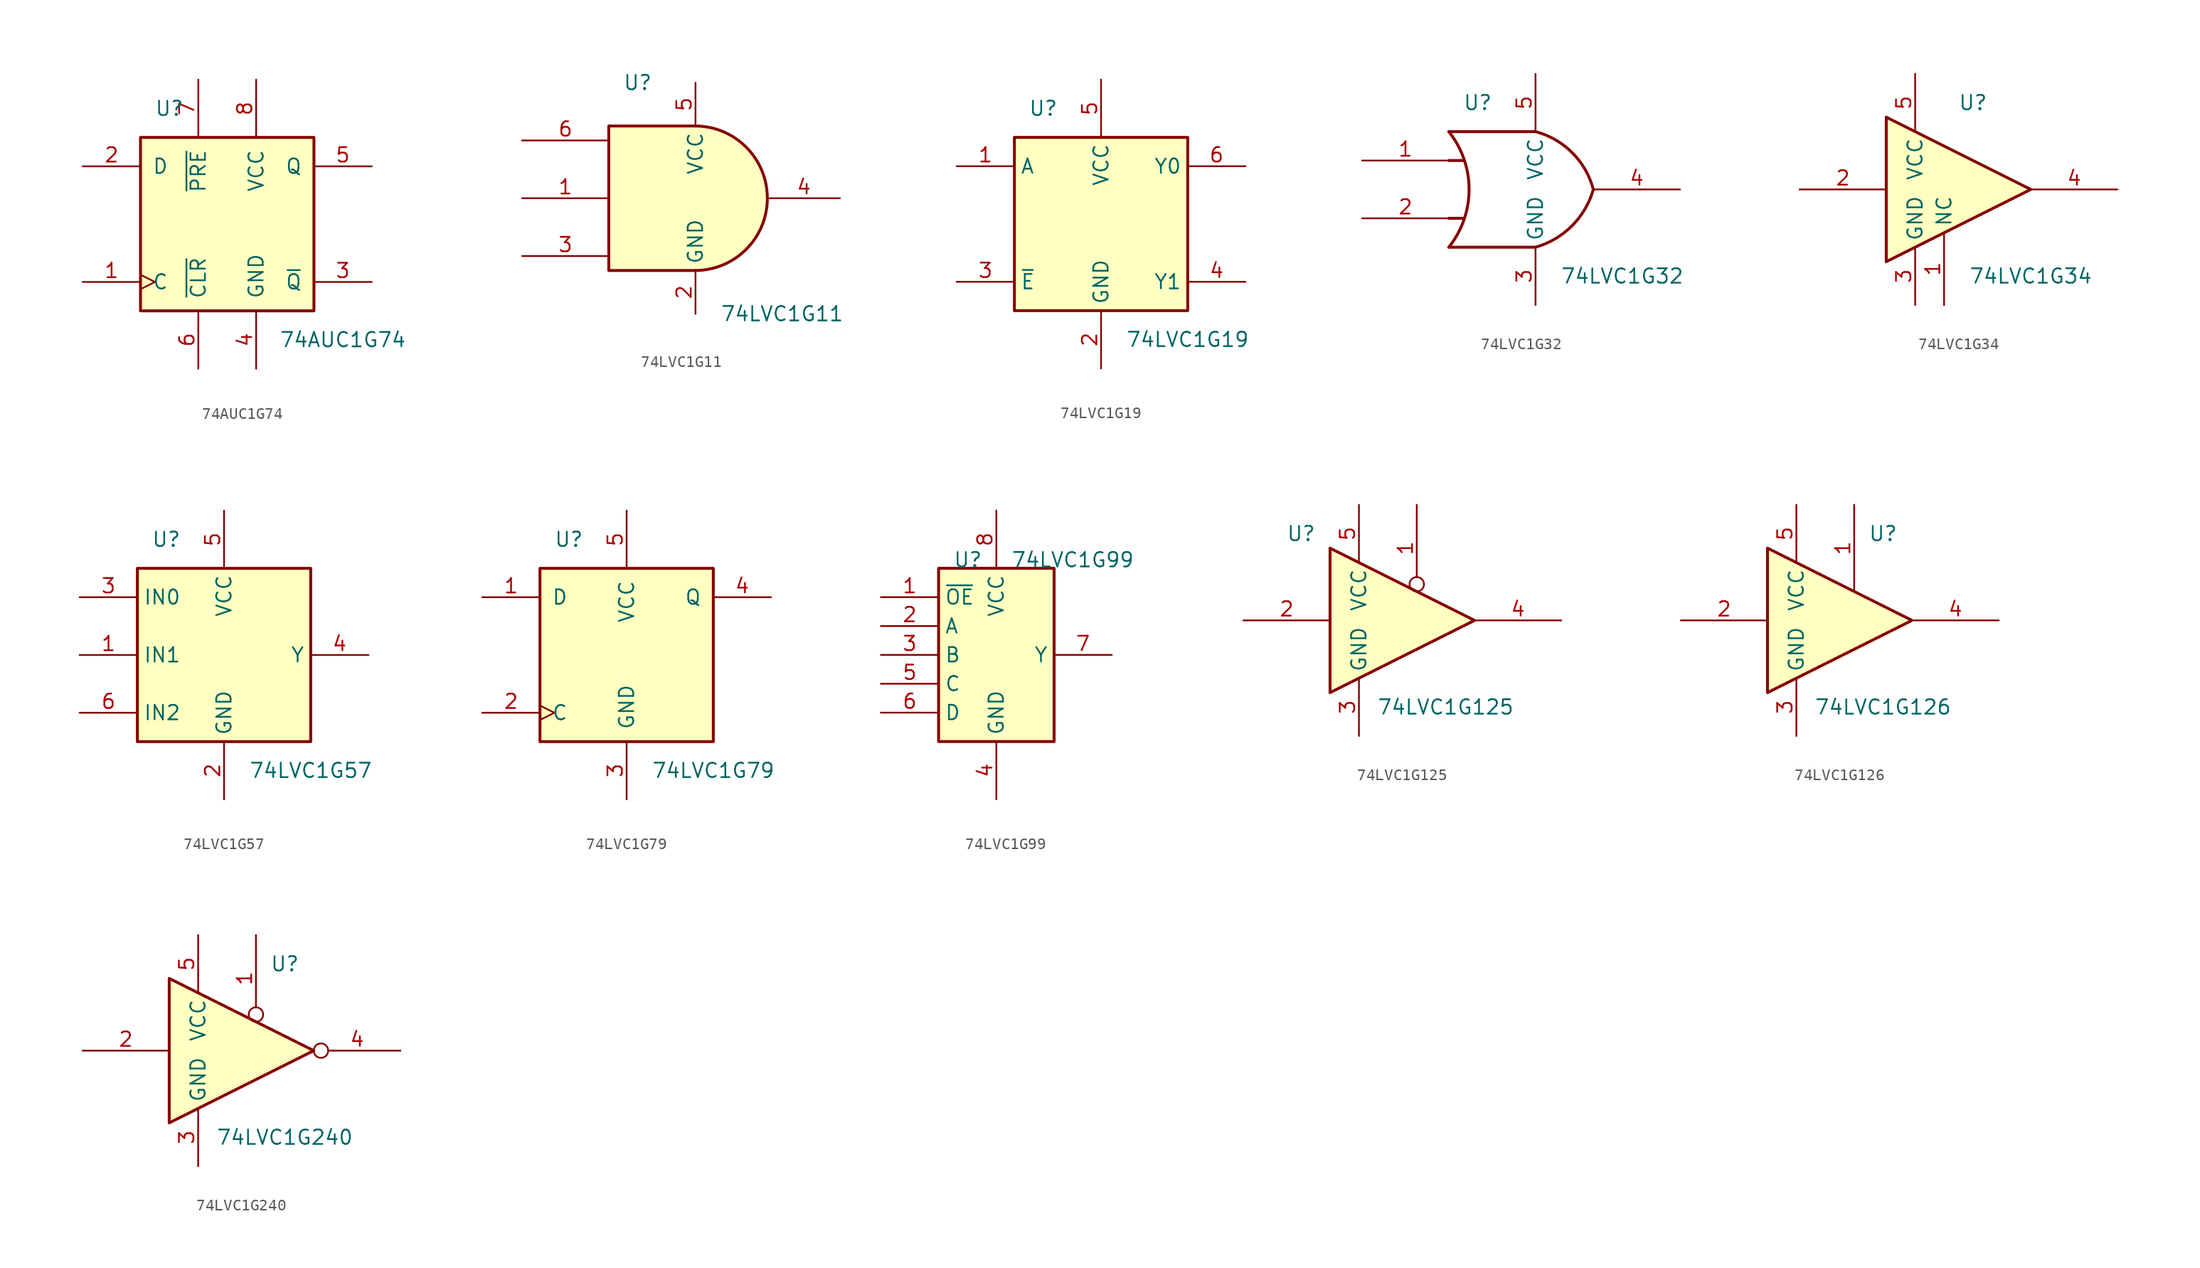
<source format=kicad_sym>
(kicad_symbol_lib
  (version 20231120)
  (generator "kicad_symbol_editor")
  (generator_version "8.0")
  (symbol "74AUC1G74"
    (pin_names
      (offset 1.016))
    (property "Reference" "U"
      (at -5.08 10.16 0)
      (effects (font (size 1.27 1.27))))
    (property "Value" "74AUC1G74"
      (at 10.16 -10.16 0)
      (effects (font (size 1.27 1.27))))
    (symbol "74AUC1G74_0_1"
      (rectangle (start -7.62 7.62) (end 7.62 -7.62) (stroke (width 0.254) (type default)) (fill (type background))))
    (symbol "74AUC1G74_1_1"
      (pin input clock (at -12.7 -5.08 0) (length 5.08) (name "C" (effects (font (size 1.27 1.27)))) (number "1" (effects (font (size 1.27 1.27)))))
      (pin input line (at -12.7 5.08 0) (length 5.08) (name "D" (effects (font (size 1.27 1.27)))) (number "2" (effects (font (size 1.27 1.27)))))
      (pin output line (at 12.7 -5.08 180) (length 5.08) (name "~{Q}" (effects (font (size 1.27 1.27)))) (number "3" (effects (font (size 1.27 1.27)))))
      (pin power_in line (at 2.54 -12.7 90) (length 5.08) (name "GND" (effects (font (size 1.27 1.27)))) (number "4" (effects (font (size 1.27 1.27)))))
      (pin output line (at 12.7 5.08 180) (length 5.08) (name "Q" (effects (font (size 1.27 1.27)))) (number "5" (effects (font (size 1.27 1.27)))))
      (pin input line (at -2.54 -12.7 90) (length 5.08) (name "~{CLR}" (effects (font (size 1.27 1.27)))) (number "6" (effects (font (size 1.27 1.27)))))
      (pin input line (at -2.54 12.7 270) (length 5.08) (name "~{PRE}" (effects (font (size 1.27 1.27)))) (number "7" (effects (font (size 1.27 1.27)))))
      (pin power_in line (at 2.54 12.7 270) (length 5.08) (name "VCC" (effects (font (size 1.27 1.27)))) (number "8" (effects (font (size 1.27 1.27)))))))
  (symbol "74LVC1G11"
    (property "Reference" "U"
      (at -5.08 10.16 0)
      (effects (font (size 1.27 1.27))))
    (property "Value" "74LVC1G11"
      (at 7.62 -10.16 0)
      (effects (font (size 1.27 1.27))))
    (symbol "74LVC1G11_0_1"
      (arc (start 0 -6.35) (mid 6.3224 0) (end 0 6.35) (stroke (width 0.254) (type default)) (fill (type background)))
      (polyline (pts (xy 0 -6.35) (xy -7.62 -6.35) (xy -7.62 6.35) (xy 0 6.35)) (stroke (width 0.254) (type default)) (fill (type background))))
    (symbol "74LVC1G11_1_1"
      (pin input line (at -15.24 0 0) (length 7.62) (name "~" (effects (font (size 1.27 1.27)))) (number "1" (effects (font (size 1.27 1.27)))))
      (pin power_in line (at 0 -10.16 90) (length 3.81) (name "GND" (effects (font (size 1.27 1.27)))) (number "2" (effects (font (size 1.27 1.27)))))
      (pin input line (at -15.24 -5.08 0) (length 7.62) (name "~" (effects (font (size 1.27 1.27)))) (number "3" (effects (font (size 1.27 1.27)))))
      (pin output line (at 12.7 0 180) (length 6.35) (name "~" (effects (font (size 1.27 1.27)))) (number "4" (effects (font (size 1.27 1.27)))))
      (pin power_in line (at 0 10.16 270) (length 3.81) (name "VCC" (effects (font (size 1.27 1.27)))) (number "5" (effects (font (size 1.27 1.27)))))
      (pin input line (at -15.24 5.08 0) (length 7.62) (name "~" (effects (font (size 1.27 1.27)))) (number "6" (effects (font (size 1.27 1.27)))))))
  (symbol "74LVC1G19"
    (property "Reference" "U"
      (at -5.08 10.16 0)
      (effects (font (size 1.27 1.27))))
    (property "Value" "74LVC1G19"
      (at 7.62 -10.16 0)
      (effects (font (size 1.27 1.27))))
    (symbol "74LVC1G19_0_1"
      (rectangle (start -7.62 7.62) (end 7.62 -7.62) (stroke (width 0.254) (type default)) (fill (type background))))
    (symbol "74LVC1G19_1_1"
      (pin input line (at -12.7 5.08 0) (length 5.08) (name "A" (effects (font (size 1.27 1.27)))) (number "1" (effects (font (size 1.27 1.27)))))
      (pin power_in line (at 0 -12.7 90) (length 5.08) (name "GND" (effects (font (size 1.27 1.27)))) (number "2" (effects (font (size 1.27 1.27)))))
      (pin input line (at -12.7 -5.08 0) (length 5.08) (name "~{E}" (effects (font (size 1.27 1.27)))) (number "3" (effects (font (size 1.27 1.27)))))
      (pin output line (at 12.7 -5.08 180) (length 5.08) (name "Y1" (effects (font (size 1.27 1.27)))) (number "4" (effects (font (size 1.27 1.27)))))
      (pin power_in line (at 0 12.7 270) (length 5.08) (name "VCC" (effects (font (size 1.27 1.27)))) (number "5" (effects (font (size 1.27 1.27)))))
      (pin output line (at 12.7 5.08 180) (length 5.08) (name "Y0" (effects (font (size 1.27 1.27)))) (number "6" (effects (font (size 1.27 1.27)))))))
  (symbol "74LVC1G32"
    (property "Reference" "U"
      (at -5.08 7.62 0)
      (effects (font (size 1.27 1.27))))
    (property "Value" "74LVC1G32"
      (at 7.62 -7.62 0)
      (effects (font (size 1.27 1.27))))
    (symbol "74LVC1G32_0_1"
      (arc (start -7.62 -5.08) (mid -5.838 0) (end -7.62 5.08) (stroke (width 0.254) (type default)) (fill (type none)))
      (arc (start 0 -5.08) (mid 3.1986 -3.2054) (end 5.08 0) (stroke (width 0.254) (type default)) (fill (type none)))
      (polyline (pts (xy -7.62 -2.54) (xy -6.35 -2.54)) (stroke (width 0.254) (type default)) (fill (type background)))
      (polyline (pts (xy -7.62 2.54) (xy -6.35 2.54)) (stroke (width 0.254) (type default)) (fill (type background)))
      (polyline (pts (xy 0 -5.08) (xy -7.62 -5.08)) (stroke (width 0.254) (type default)) (fill (type background)))
      (polyline (pts (xy 0 5.08) (xy -7.62 5.08)) (stroke (width 0.254) (type default)) (fill (type background)))
      (arc (start 5.08 0) (mid 3.2238 3.2304) (end 0 5.08) (stroke (width 0.254) (type default)) (fill (type none))))
    (symbol "74LVC1G32_1_1"
      (pin input line (at -15.24 2.54 0) (length 7.62) (name "~" (effects (font (size 1.27 1.27)))) (number "1" (effects (font (size 1.27 1.27)))))
      (pin input line (at -15.24 -2.54 0) (length 7.62) (name "~" (effects (font (size 1.27 1.27)))) (number "2" (effects (font (size 1.27 1.27)))))
      (pin power_in line (at 0 -10.16 90) (length 5.08) (name "GND" (effects (font (size 1.27 1.27)))) (number "3" (effects (font (size 1.27 1.27)))))
      (pin output line (at 12.7 0 180) (length 7.62) (name "~" (effects (font (size 1.27 1.27)))) (number "4" (effects (font (size 1.27 1.27)))))
      (pin power_in line (at 0 10.16 270) (length 5.08) (name "VCC" (effects (font (size 1.27 1.27)))) (number "5" (effects (font (size 1.27 1.27)))))))
  (symbol "74LVC1G34"
    (property "Reference" "U"
      (at 0 7.62 0)
      (effects (font (size 1.27 1.27))))
    (property "Value" "74LVC1G34"
      (at 5.08 -7.62 0)
      (effects (font (size 1.27 1.27))))
    (symbol "74LVC1G34_0_1"
      (polyline (pts (xy -7.62 6.35) (xy -7.62 -6.35) (xy 5.08 0) (xy -7.62 6.35)) (stroke (width 0.254) (type default)) (fill (type background))))
    (symbol "74LVC1G34_1_1"
      (pin free line (at -2.54 -10.16 90) (length 6.35) (name "NC" (effects (font (size 1.27 1.27)))) (number "1" (effects (font (size 1.27 1.27)))))
      (pin input line (at -15.24 0 0) (length 7.62) (name "~" (effects (font (size 1.27 1.27)))) (number "2" (effects (font (size 1.27 1.27)))))
      (pin power_in line (at -5.08 -10.16 90) (length 5.08) (name "GND" (effects (font (size 1.27 1.27)))) (number "3" (effects (font (size 1.27 1.27)))))
      (pin output line (at 12.7 0 180) (length 7.62) (name "~" (effects (font (size 1.27 1.27)))) (number "4" (effects (font (size 1.27 1.27)))))
      (pin power_in line (at -5.08 10.16 270) (length 5.08) (name "VCC" (effects (font (size 1.27 1.27)))) (number "5" (effects (font (size 1.27 1.27)))))))
  (symbol "74LVC1G57"
    (property "Reference" "U"
      (at -5.08 10.16 0)
      (effects (font (size 1.27 1.27))))
    (property "Value" "74LVC1G57"
      (at 7.62 -10.16 0)
      (effects (font (size 1.27 1.27))))
    (symbol "74LVC1G57_0_1"
      (rectangle (start -7.62 7.62) (end 7.62 -7.62) (stroke (width 0.254) (type default)) (fill (type background))))
    (symbol "74LVC1G57_1_1"
      (pin input line (at -12.7 0 0) (length 5.08) (name "IN1" (effects (font (size 1.27 1.27)))) (number "1" (effects (font (size 1.27 1.27)))))
      (pin power_in line (at 0 -12.7 90) (length 5.08) (name "GND" (effects (font (size 1.27 1.27)))) (number "2" (effects (font (size 1.27 1.27)))))
      (pin input line (at -12.7 5.08 0) (length 5.08) (name "IN0" (effects (font (size 1.27 1.27)))) (number "3" (effects (font (size 1.27 1.27)))))
      (pin output line (at 12.7 0 180) (length 5.08) (name "Y" (effects (font (size 1.27 1.27)))) (number "4" (effects (font (size 1.27 1.27)))))
      (pin power_in line (at 0 12.7 270) (length 5.08) (name "VCC" (effects (font (size 1.27 1.27)))) (number "5" (effects (font (size 1.27 1.27)))))
      (pin input line (at -12.7 -5.08 0) (length 5.08) (name "IN2" (effects (font (size 1.27 1.27)))) (number "6" (effects (font (size 1.27 1.27)))))))
  (symbol "74LVC1G79"
    (pin_names
      (offset 1.016))
    (property "Reference" "U"
      (at -5.08 10.16 0)
      (effects (font (size 1.27 1.27))))
    (property "Value" "74LVC1G79"
      (at 7.62 -10.16 0)
      (effects (font (size 1.27 1.27))))
    (symbol "74LVC1G79_0_1"
      (rectangle (start -7.62 7.62) (end 7.62 -7.62) (stroke (width 0.254) (type default)) (fill (type background))))
    (symbol "74LVC1G79_1_1"
      (pin input line (at -12.7 5.08 0) (length 5.08) (name "D" (effects (font (size 1.27 1.27)))) (number "1" (effects (font (size 1.27 1.27)))))
      (pin input clock (at -12.7 -5.08 0) (length 5.08) (name "C" (effects (font (size 1.27 1.27)))) (number "2" (effects (font (size 1.27 1.27)))))
      (pin power_in line (at 0 -12.7 90) (length 5.08) (name "GND" (effects (font (size 1.27 1.27)))) (number "3" (effects (font (size 1.27 1.27)))))
      (pin output line (at 12.7 5.08 180) (length 5.08) (name "Q" (effects (font (size 1.27 1.27)))) (number "4" (effects (font (size 1.27 1.27)))))
      (pin power_in line (at 0 12.7 270) (length 5.08) (name "VCC" (effects (font (size 1.27 1.27)))) (number "5" (effects (font (size 1.27 1.27)))))))
  (symbol "74LVC1G99"
    (property "Reference" "U"
      (at -3.81 7.62 0)
      (effects (font (size 1.27 1.27)) (justify left bottom)))
    (property "Value" "74LVC1G99"
      (at 1.27 7.62 0)
      (effects (font (size 1.27 1.27)) (justify left bottom)))
    (symbol "74LVC1G99_0_1"
      (rectangle (start -5.08 7.62) (end 5.08 -7.62) (stroke (width 0.254) (type default)) (fill (type background))))
    (symbol "74LVC1G99_1_1"
      (pin input line (at -10.16 5.08 0) (length 5.08) (name "~{OE}" (effects (font (size 1.27 1.27)))) (number "1" (effects (font (size 1.27 1.27)))))
      (pin input line (at -10.16 2.54 0) (length 5.08) (name "A" (effects (font (size 1.27 1.27)))) (number "2" (effects (font (size 1.27 1.27)))))
      (pin input line (at -10.16 0 0) (length 5.08) (name "B" (effects (font (size 1.27 1.27)))) (number "3" (effects (font (size 1.27 1.27)))))
      (pin power_in line (at 0 -12.7 90) (length 5.08) (name "GND" (effects (font (size 1.27 1.27)))) (number "4" (effects (font (size 1.27 1.27)))))
      (pin input line (at -10.16 -2.54 0) (length 5.08) (name "C" (effects (font (size 1.27 1.27)))) (number "5" (effects (font (size 1.27 1.27)))))
      (pin input line (at -10.16 -5.08 0) (length 5.08) (name "D" (effects (font (size 1.27 1.27)))) (number "6" (effects (font (size 1.27 1.27)))))
      (pin output line (at 10.16 0 180) (length 5.08) (name "Y" (effects (font (size 1.27 1.27)))) (number "7" (effects (font (size 1.27 1.27)))))
      (pin power_in line (at 0 12.7 270) (length 5.08) (name "VCC" (effects (font (size 1.27 1.27)))) (number "8" (effects (font (size 1.27 1.27)))))))
  (symbol "74LVC1G125"
    (property "Reference" "U"
      (at -10.16 7.62 0)
      (effects (font (size 1.27 1.27))))
    (property "Value" "74LVC1G125"
      (at 2.54 -7.62 0)
      (effects (font (size 1.27 1.27))))
    (symbol "74LVC1G125_0_1"
      (polyline (pts (xy -7.62 6.35) (xy -7.62 -6.35) (xy 5.08 0) (xy -7.62 6.35)) (stroke (width 0.254) (type default)) (fill (type background))))
    (symbol "74LVC1G125_1_1"
      (pin input inverted (at 0 10.16 270) (length 7.62) (name "~" (effects (font (size 1.27 1.27)))) (number "1" (effects (font (size 1.27 1.27)))))
      (pin input line (at -15.24 0 0) (length 7.62) (name "~" (effects (font (size 1.27 1.27)))) (number "2" (effects (font (size 1.27 1.27)))))
      (pin power_in line (at -5.08 -10.16 90) (length 5.08) (name "GND" (effects (font (size 1.27 1.27)))) (number "3" (effects (font (size 1.27 1.27)))))
      (pin tri_state line (at 12.7 0 180) (length 7.62) (name "~" (effects (font (size 1.27 1.27)))) (number "4" (effects (font (size 1.27 1.27)))))
      (pin power_in line (at -5.08 10.16 270) (length 5.08) (name "VCC" (effects (font (size 1.27 1.27)))) (number "5" (effects (font (size 1.27 1.27)))))))
  (symbol "74LVC1G126"
    (property "Reference" "U"
      (at 2.54 7.62 0)
      (effects (font (size 1.27 1.27))))
    (property "Value" "74LVC1G126"
      (at 2.54 -7.62 0)
      (effects (font (size 1.27 1.27))))
    (symbol "74LVC1G126_0_1"
      (polyline (pts (xy -7.62 6.35) (xy -7.62 -6.35) (xy 5.08 0) (xy -7.62 6.35)) (stroke (width 0.254) (type default)) (fill (type background))))
    (symbol "74LVC1G126_1_1"
      (pin input line (at 0 10.16 270) (length 7.62) (name "~" (effects (font (size 1.27 1.27)))) (number "1" (effects (font (size 1.27 1.27)))))
      (pin input line (at -15.24 0 0) (length 7.62) (name "~" (effects (font (size 1.27 1.27)))) (number "2" (effects (font (size 1.27 1.27)))))
      (pin power_in line (at -5.08 -10.16 90) (length 5.08) (name "GND" (effects (font (size 1.27 1.27)))) (number "3" (effects (font (size 1.27 1.27)))))
      (pin tri_state line (at 12.7 0 180) (length 7.62) (name "~" (effects (font (size 1.27 1.27)))) (number "4" (effects (font (size 1.27 1.27)))))
      (pin power_in line (at -5.08 10.16 270) (length 5.08) (name "VCC" (effects (font (size 1.27 1.27)))) (number "5" (effects (font (size 1.27 1.27)))))))
  (symbol "74LVC1G240"
    (property "Reference" "U"
      (at 2.54 7.62 0)
      (effects (font (size 1.27 1.27))))
    (property "Value" "74LVC1G240"
      (at 2.54 -7.62 0)
      (effects (font (size 1.27 1.27))))
    (symbol "74LVC1G240_0_1"
      (polyline (pts (xy -7.62 6.35) (xy -7.62 -6.35) (xy 5.08 0) (xy -7.62 6.35)) (stroke (width 0.254) (type default)) (fill (type background))))
    (symbol "74LVC1G240_1_1"
      (pin input inverted (at 0 10.16 270) (length 7.62) (name "~" (effects (font (size 1.27 1.27)))) (number "1" (effects (font (size 1.27 1.27)))))
      (pin input line (at -15.24 0 0) (length 7.62) (name "~" (effects (font (size 1.27 1.27)))) (number "2" (effects (font (size 1.27 1.27)))))
      (pin power_in line (at -5.08 -10.16 90) (length 5.08) (name "GND" (effects (font (size 1.27 1.27)))) (number "3" (effects (font (size 1.27 1.27)))))
      (pin tri_state inverted (at 12.7 0 180) (length 7.62) (name "~" (effects (font (size 1.27 1.27)))) (number "4" (effects (font (size 1.27 1.27)))))
      (pin power_in line (at -5.08 10.16 270) (length 5.08) (name "VCC" (effects (font (size 1.27 1.27)))) (number "5" (effects (font (size 1.27 1.27))))))))
</source>
